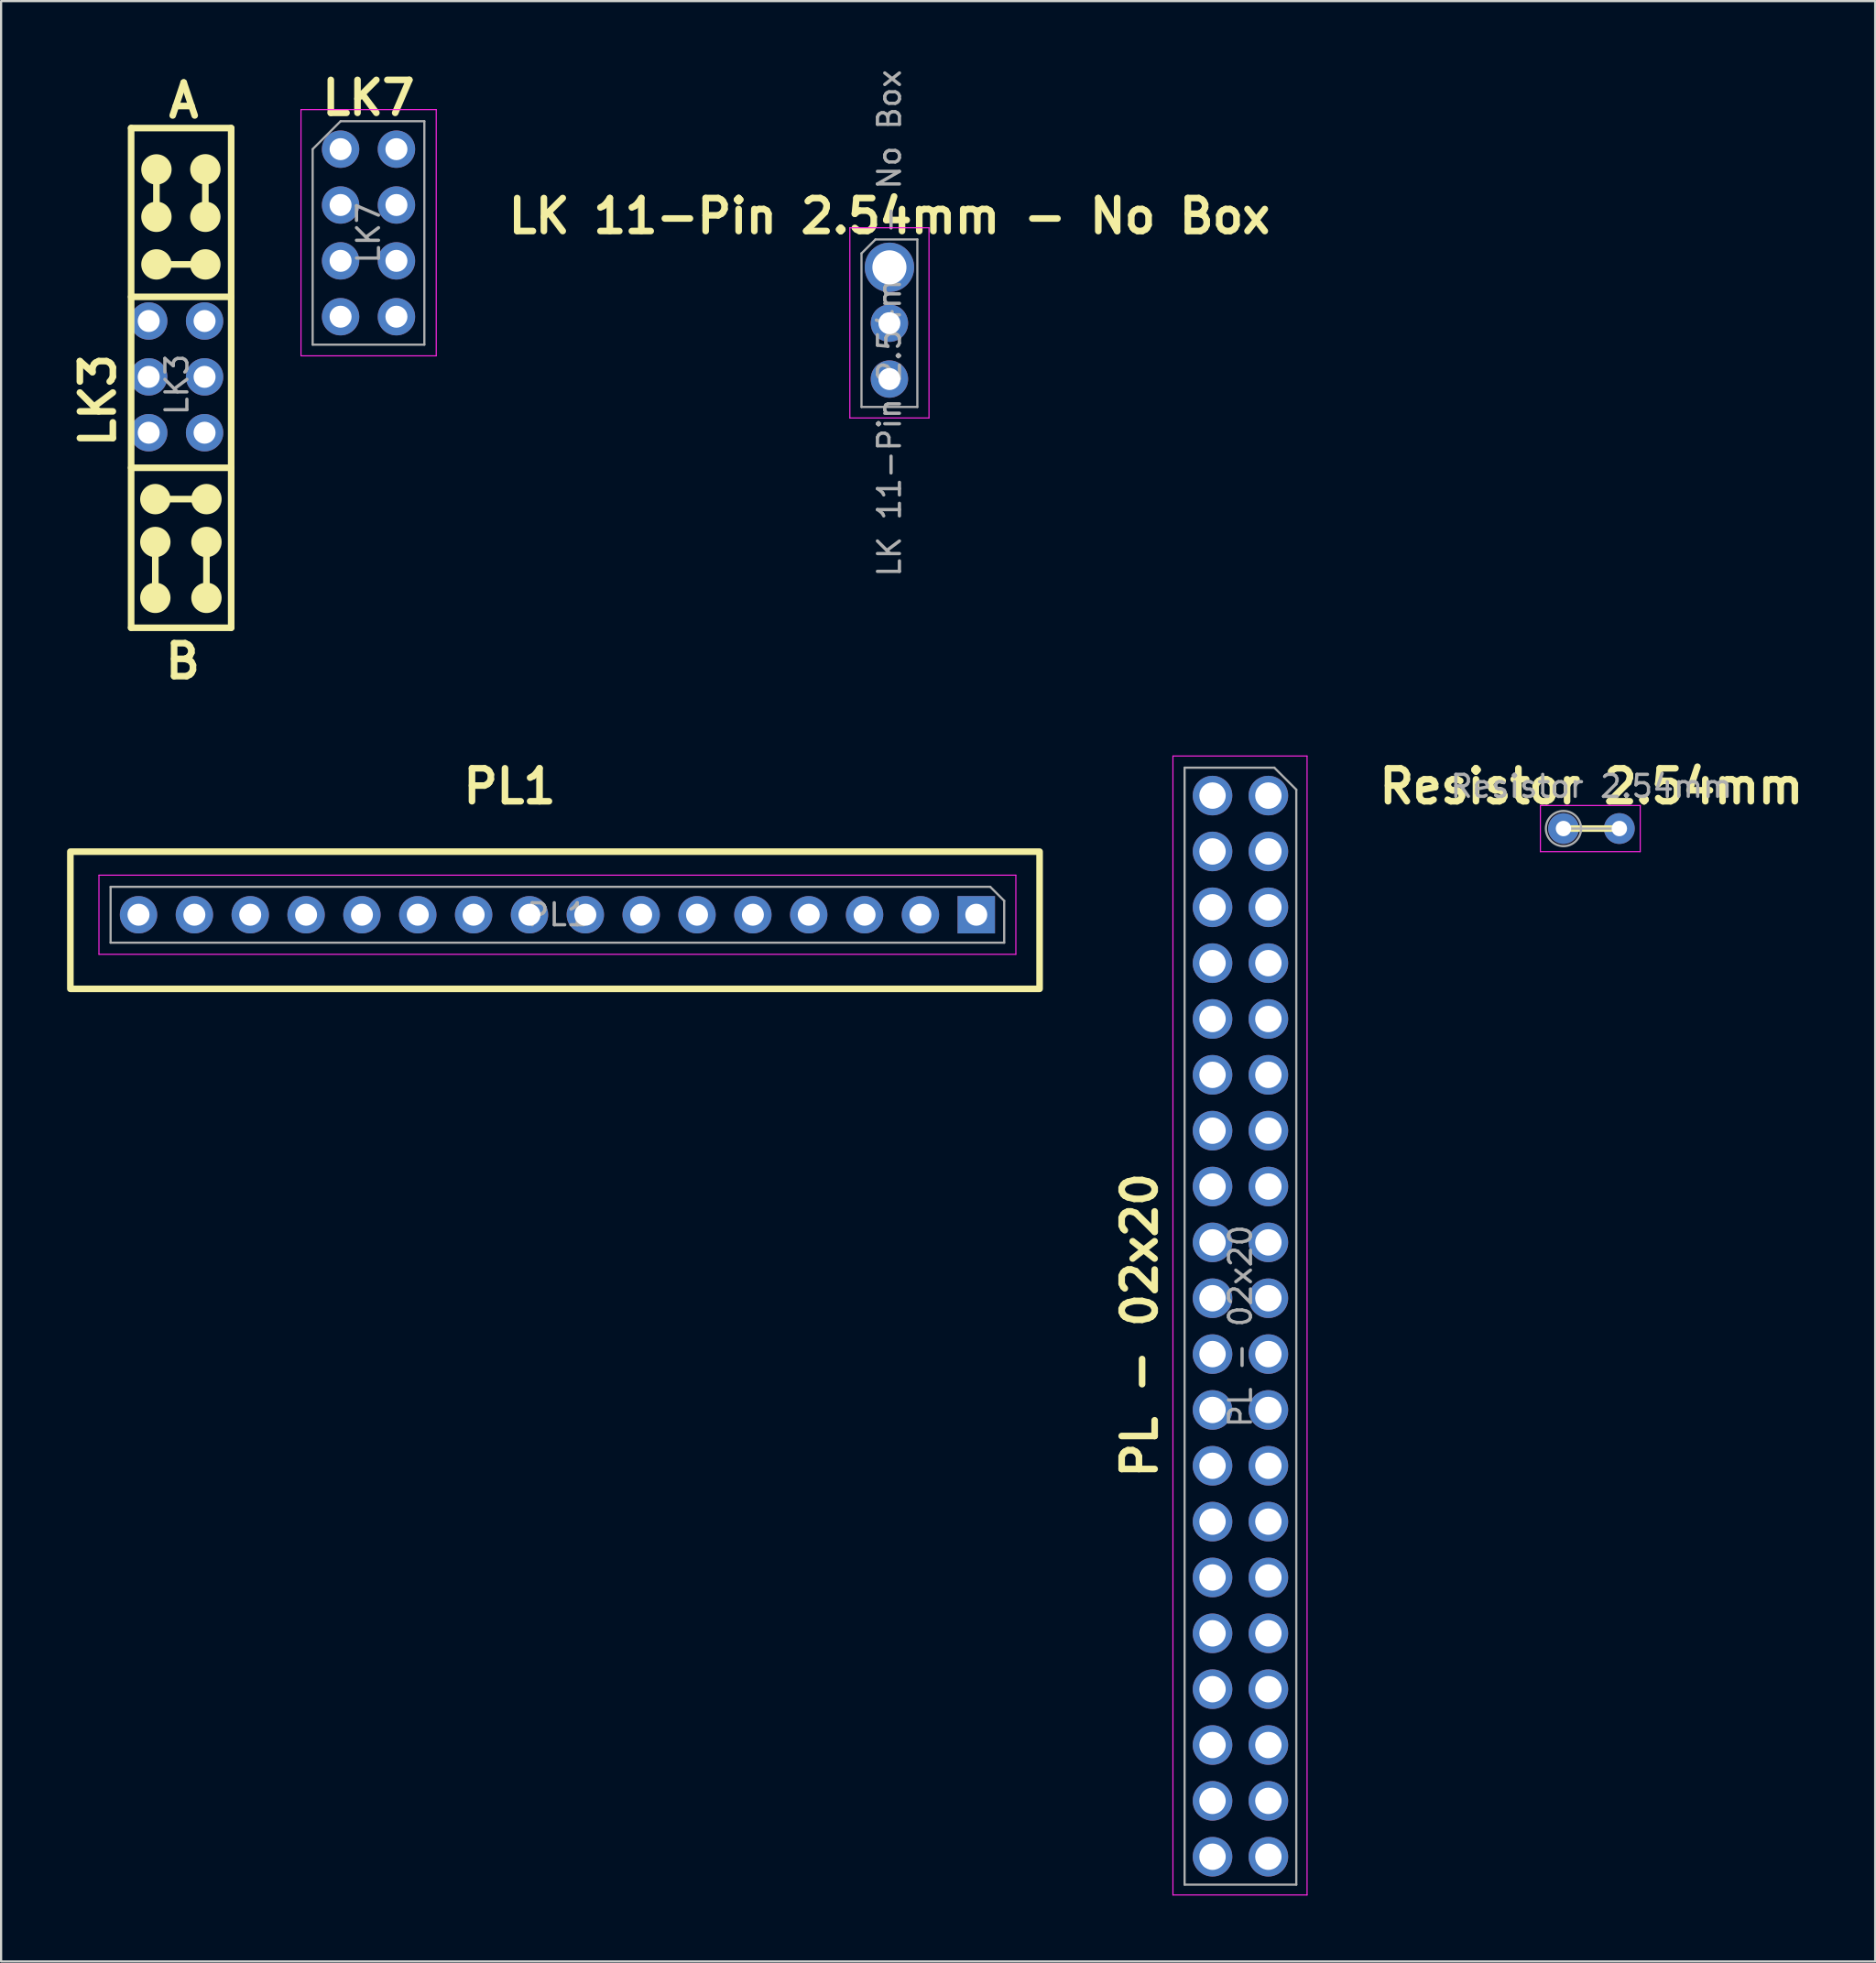
<source format=kicad_pcb>
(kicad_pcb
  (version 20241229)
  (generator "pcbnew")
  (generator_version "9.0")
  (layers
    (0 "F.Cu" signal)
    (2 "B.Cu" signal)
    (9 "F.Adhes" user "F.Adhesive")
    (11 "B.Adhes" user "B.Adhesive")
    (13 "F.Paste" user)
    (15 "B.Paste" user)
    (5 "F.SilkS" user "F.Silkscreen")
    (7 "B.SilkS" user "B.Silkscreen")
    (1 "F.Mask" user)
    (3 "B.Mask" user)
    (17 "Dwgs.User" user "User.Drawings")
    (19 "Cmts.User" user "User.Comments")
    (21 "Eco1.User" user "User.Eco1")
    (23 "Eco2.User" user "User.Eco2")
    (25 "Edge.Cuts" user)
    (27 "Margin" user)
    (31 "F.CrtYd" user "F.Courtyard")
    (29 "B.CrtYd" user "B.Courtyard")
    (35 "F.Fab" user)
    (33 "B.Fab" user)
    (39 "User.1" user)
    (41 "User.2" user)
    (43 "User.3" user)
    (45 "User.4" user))
  (footprint "LK 11-Pin 2.54mm - No Box"
    (layer "F.Cu")
    (at 37.4 9.109)
    (property "Reference" "LK 11-Pin 2.54mm - No Box" (at 0 -2.33 0) (layer "F.SilkS") (effects (font (size 1.5 1.5) (thickness 0.3) (bold yes))))
    (attr through_hole)
    (fp_line (start -1.8 -1.8) (end -1.8 6.85) (stroke (width 0.05) (type solid)) (layer "F.CrtYd"))
    (fp_line (start -1.8 6.85) (end 1.8 6.85) (stroke (width 0.05) (type solid)) (layer "F.CrtYd"))
    (fp_line (start 1.8 -1.8) (end -1.8 -1.8) (stroke (width 0.05) (type solid)) (layer "F.CrtYd"))
    (fp_line (start 1.8 6.85) (end 1.8 -1.8) (stroke (width 0.05) (type solid)) (layer "F.CrtYd"))
    (fp_line (start -1.27 -0.635) (end -0.635 -1.27) (stroke (width 0.1) (type solid)) (layer "F.Fab"))
    (fp_line (start -1.27 6.35) (end -1.27 -0.635) (stroke (width 0.1) (type solid)) (layer "F.Fab"))
    (fp_line (start -0.635 -1.27) (end 1.27 -1.27) (stroke (width 0.1) (type solid)) (layer "F.Fab"))
    (fp_line (start 1.27 -1.27) (end 1.27 6.35) (stroke (width 0.1) (type solid)) (layer "F.Fab"))
    (fp_line (start 1.27 6.35) (end -1.27 6.35) (stroke (width 0.1) (type solid)) (layer "F.Fab"))
    (fp_text user "${REFERENCE}" (at 0 2.54 90) (layer "F.Fab") (effects (font (size 1 1) (thickness 0.15))))
    (pad "1" thru_hole circle (at 0 0) (size 2.25 2.25) (drill 1.55) (layers "*.Cu" "*.Mask"))
    (pad "2" thru_hole oval (at 0 2.54) (size 1.7 1.7) (drill 1) (layers "*.Cu" "*.Mask"))
    (pad "3" thru_hole oval (at 0 5.08) (size 1.7 1.7) (drill 1) (layers "*.Cu" "*.Mask")))
  (footprint "PL - 02x20"
    (layer "F.Cu")
    (at 54.634 33.133)
    (property "Reference" "PL - 02x20" (at -5.85 24.09 270) (layer "F.SilkS") (effects (font (size 1.5 1.5) (thickness 0.3) (bold yes))))
    (attr through_hole)
    (fp_line (start -4.34 -1.8) (end 1.76 -1.8) (stroke (width 0.05) (type solid)) (layer "F.CrtYd"))
    (fp_line (start -4.34 50) (end -4.34 -1.8) (stroke (width 0.05) (type solid)) (layer "F.CrtYd"))
    (fp_line (start 1.76 -1.8) (end 1.76 50) (stroke (width 0.05) (type solid)) (layer "F.CrtYd"))
    (fp_line (start 1.76 50) (end -4.34 50) (stroke (width 0.05) (type solid)) (layer "F.CrtYd"))
    (fp_line (start -3.81 -1.27) (end 0.27 -1.27) (stroke (width 0.1) (type solid)) (layer "F.Fab"))
    (fp_line (start -3.81 49.53) (end -3.81 -1.27) (stroke (width 0.1) (type solid)) (layer "F.Fab"))
    (fp_line (start 0.27 -1.27) (end 1.27 -0.27) (stroke (width 0.1) (type solid)) (layer "F.Fab"))
    (fp_line (start 1.27 -0.27) (end 1.27 49.53) (stroke (width 0.1) (type solid)) (layer "F.Fab"))
    (fp_line (start 1.27 49.53) (end -3.81 49.53) (stroke (width 0.1) (type solid)) (layer "F.Fab"))
    (fp_text user "${REFERENCE}" (at -1.27 24.13 270) (layer "F.Fab") (effects (font (size 1 1) (thickness 0.15))))
    (pad "1" thru_hole oval (at -2.54 0) (size 1.8 1.8) (drill 1.2) (layers "*.Cu" "*.Mask"))
    (pad "2" thru_hole oval (at 0 0) (size 1.8 1.8) (drill 1.2) (layers "*.Cu" "*.Mask"))
    (pad "3" thru_hole oval (at -2.54 2.54) (size 1.8 1.8) (drill 1.2) (layers "*.Cu" "*.Mask"))
    (pad "4" thru_hole oval (at 0 2.54) (size 1.8 1.8) (drill 1.2) (layers "*.Cu" "*.Mask"))
    (pad "5" thru_hole oval (at -2.54 5.08) (size 1.8 1.8) (drill 1.2) (layers "*.Cu" "*.Mask"))
    (pad "6" thru_hole oval (at 0 5.08) (size 1.8 1.8) (drill 1.2) (layers "*.Cu" "*.Mask"))
    (pad "7" thru_hole oval (at -2.54 7.62) (size 1.8 1.8) (drill 1.2) (layers "*.Cu" "*.Mask"))
    (pad "8" thru_hole oval (at 0 7.62) (size 1.8 1.8) (drill 1.2) (layers "*.Cu" "*.Mask"))
    (pad "9" thru_hole oval (at -2.54 10.16) (size 1.8 1.8) (drill 1.2) (layers "*.Cu" "*.Mask"))
    (pad "10" thru_hole oval (at 0 10.16) (size 1.8 1.8) (drill 1.2) (layers "*.Cu" "*.Mask"))
    (pad "11" thru_hole oval (at -2.54 12.7) (size 1.8 1.8) (drill 1.2) (layers "*.Cu" "*.Mask"))
    (pad "12" thru_hole oval (at 0 12.7) (size 1.8 1.8) (drill 1.2) (layers "*.Cu" "*.Mask"))
    (pad "13" thru_hole oval (at -2.54 15.24) (size 1.8 1.8) (drill 1.2) (layers "*.Cu" "*.Mask"))
    (pad "14" thru_hole oval (at 0 15.24) (size 1.8 1.8) (drill 1.2) (layers "*.Cu" "*.Mask"))
    (pad "15" thru_hole oval (at -2.54 17.78) (size 1.8 1.8) (drill 1.2) (layers "*.Cu" "*.Mask"))
    (pad "16" thru_hole oval (at 0 17.78) (size 1.8 1.8) (drill 1.2) (layers "*.Cu" "*.Mask"))
    (pad "17" thru_hole oval (at -2.54 20.32) (size 1.8 1.8) (drill 1.2) (layers "*.Cu" "*.Mask"))
    (pad "18" thru_hole oval (at 0 20.32) (size 1.8 1.8) (drill 1.2) (layers "*.Cu" "*.Mask"))
    (pad "19" thru_hole oval (at -2.54 22.86) (size 1.8 1.8) (drill 1.2) (layers "*.Cu" "*.Mask"))
    (pad "20" thru_hole oval (at 0 22.86) (size 1.8 1.8) (drill 1.2) (layers "*.Cu" "*.Mask"))
    (pad "21" thru_hole oval (at -2.54 25.4) (size 1.8 1.8) (drill 1.2) (layers "*.Cu" "*.Mask"))
    (pad "22" thru_hole oval (at 0 25.4) (size 1.8 1.8) (drill 1.2) (layers "*.Cu" "*.Mask"))
    (pad "23" thru_hole oval (at -2.54 27.94) (size 1.8 1.8) (drill 1.2) (layers "*.Cu" "*.Mask"))
    (pad "24" thru_hole oval (at 0 27.94) (size 1.8 1.8) (drill 1.2) (layers "*.Cu" "*.Mask"))
    (pad "25" thru_hole oval (at -2.54 30.48) (size 1.8 1.8) (drill 1.2) (layers "*.Cu" "*.Mask"))
    (pad "26" thru_hole oval (at 0 30.48) (size 1.8 1.8) (drill 1.2) (layers "*.Cu" "*.Mask"))
    (pad "27" thru_hole oval (at -2.54 33.02) (size 1.8 1.8) (drill 1.2) (layers "*.Cu" "*.Mask"))
    (pad "28" thru_hole oval (at 0 33.02) (size 1.8 1.8) (drill 1.2) (layers "*.Cu" "*.Mask"))
    (pad "29" thru_hole oval (at -2.54 35.56) (size 1.8 1.8) (drill 1.2) (layers "*.Cu" "*.Mask"))
    (pad "30" thru_hole oval (at 0 35.56) (size 1.8 1.8) (drill 1.2) (layers "*.Cu" "*.Mask"))
    (pad "31" thru_hole oval (at -2.54 38.1) (size 1.8 1.8) (drill 1.2) (layers "*.Cu" "*.Mask"))
    (pad "32" thru_hole oval (at 0 38.1) (size 1.8 1.8) (drill 1.2) (layers "*.Cu" "*.Mask"))
    (pad "33" thru_hole oval (at -2.54 40.64) (size 1.8 1.8) (drill 1.2) (layers "*.Cu" "*.Mask"))
    (pad "34" thru_hole oval (at 0 40.64) (size 1.8 1.8) (drill 1.2) (layers "*.Cu" "*.Mask"))
    (pad "35" thru_hole oval (at -2.54 43.18) (size 1.8 1.8) (drill 1.2) (layers "*.Cu" "*.Mask"))
    (pad "36" thru_hole oval (at 0 43.18) (size 1.8 1.8) (drill 1.2) (layers "*.Cu" "*.Mask"))
    (pad "37" thru_hole oval (at -2.54 45.72) (size 1.8 1.8) (drill 1.2) (layers "*.Cu" "*.Mask"))
    (pad "38" thru_hole oval (at 0 45.72) (size 1.8 1.8) (drill 1.2) (layers "*.Cu" "*.Mask"))
    (pad "39" thru_hole oval (at -2.54 48.26) (size 1.8 1.8) (drill 1.2) (layers "*.Cu" "*.Mask"))
    (pad "40" thru_hole oval (at 0 48.26) (size 1.8 1.8) (drill 1.2) (layers "*.Cu" "*.Mask")))
  (footprint "LK3"
    (layer "F.Cu")
    (at 3.714 11.55)
    (property "Reference" "LK3" (at -2.31 1.34 90) (layer "F.SilkS") (effects (font (size 1.5 1.5) (thickness 0.3) (bold yes)) (justify right)))
    (attr through_hole)
    (fp_line (start -0.8 -8.775) (end -0.8 13.95) (stroke (width 0.3) (type solid)) (layer "F.SilkS"))
    (fp_line (start -0.8 -8.775) (end 3.75 -8.775) (stroke (width 0.3) (type solid)) (layer "F.SilkS"))
    (fp_line (start -0.8 -1.1) (end 3.75 -1.1) (stroke (width 0.3) (type solid)) (layer "F.SilkS"))
    (fp_line (start -0.8 6.675) (end 3.75 6.675) (stroke (width 0.3) (type solid)) (layer "F.SilkS"))
    (fp_line (start -0.8 13.95) (end 3.75 13.95) (stroke (width 0.3) (type solid)) (layer "F.SilkS"))
    (fp_line (start 0.035 -2.575) (end 2.575 -2.575) (stroke (width 0.3) (type default)) (layer "F.SilkS"))
    (fp_line (start 0.155 8.1) (end 2.695 8.1) (stroke (width 0.3) (type default)) (layer "F.SilkS"))
    (fp_line (start 0.3 10.045) (end 0.3 12.585) (stroke (width 0.3) (type default)) (layer "F.SilkS"))
    (fp_line (start 0.35 -7.095) (end 0.35 -4.555) (stroke (width 0.3) (type default)) (layer "F.SilkS"))
    (fp_line (start 2.575 -7.195) (end 2.575 -4.655) (stroke (width 0.3) (type default)) (layer "F.SilkS"))
    (fp_line (start 2.625 10.05) (end 2.625 12.59) (stroke (width 0.3) (type default)) (layer "F.SilkS"))
    (fp_line (start 3.75 -8.775) (end 3.75 13.95) (stroke (width 0.3) (type solid)) (layer "F.SilkS"))
    (fp_circle (center 0.3 8.1) (end 0.94 8.1) (stroke (width 0.1) (type solid)) (fill yes) (layer "F.SilkS"))
    (fp_circle (center 0.3 10.05) (end 0.94 10.05) (stroke (width 0.1) (type solid)) (fill yes) (layer "F.SilkS"))
    (fp_circle (center 0.3 12.59) (end 0.94 12.59) (stroke (width 0.1) (type solid)) (fill yes) (layer "F.SilkS"))
    (fp_circle (center 0.35 -6.895) (end 0.99 -6.895) (stroke (width 0.1) (type solid)) (fill yes) (layer "F.SilkS"))
    (fp_circle (center 0.35 -4.74) (end 0.99 -4.74) (stroke (width 0.1) (type solid)) (fill yes) (layer "F.SilkS"))
    (fp_circle (center 0.35 -2.575) (end 0.99 -2.575) (stroke (width 0.1) (type solid)) (fill yes) (layer "F.SilkS"))
    (fp_circle (center 2.575 -6.9) (end 3.215 -6.9) (stroke (width 0.1) (type solid)) (fill yes) (layer "F.SilkS"))
    (fp_circle (center 2.575 -4.74) (end 3.215 -4.74) (stroke (width 0.1) (type solid)) (fill yes) (layer "F.SilkS"))
    (fp_circle (center 2.575 -2.575) (end 3.215 -2.575) (stroke (width 0.1) (type solid)) (fill yes) (layer "F.SilkS"))
    (fp_circle (center 2.625 8.1) (end 3.265 8.1) (stroke (width 0.1) (type solid)) (fill yes) (layer "F.SilkS"))
    (fp_circle (center 2.625 10.05) (end 3.265 10.05) (stroke (width 0.1) (type solid)) (fill yes) (layer "F.SilkS"))
    (fp_circle (center 2.625 12.59) (end 3.265 12.59) (stroke (width 0.1) (type solid)) (fill yes) (layer "F.SilkS"))
    (fp_text user "B" (at 0.6 16.35 0) (unlocked yes) (layer "F.SilkS") (effects (font (size 1.5 1.5) (thickness 0.3) (bold yes)) (justify left bottom)))
    (fp_text user "A" (at 0.75 -9.15 0) (unlocked yes) (layer "F.SilkS") (effects (font (size 1.5 1.5) (thickness 0.3) (bold yes)) (justify left bottom)))
    (fp_text user "${REFERENCE}" (at 1.28 2.89 90) (layer "F.Fab") (effects (font (size 1 1) (thickness 0.15))))
    (pad "1" thru_hole circle (at 0 0) (size 1.7 1.7) (drill 1) (layers "*.Cu" "*.Mask"))
    (pad "2" thru_hole oval (at 0 2.54) (size 1.7 1.7) (drill 1) (layers "*.Cu" "*.Mask"))
    (pad "3" thru_hole oval (at 0 5.08) (size 1.7 1.7) (drill 1) (layers "*.Cu" "*.Mask"))
    (pad "4" thru_hole oval (at 2.54 0) (size 1.7 1.7) (drill 1) (layers "*.Cu" "*.Mask"))
    (pad "5" thru_hole oval (at 2.54 2.54) (size 1.7 1.7) (drill 1) (layers "*.Cu" "*.Mask"))
    (pad "6" thru_hole oval (at 2.54 5.08) (size 1.7 1.7) (drill 1) (layers "*.Cu" "*.Mask")))
  (footprint "PL1"
    (layer "F.Cu")
    (at 41.39 38.472)
    (property "Reference" "PL1" (at -21.26 -5.76 0) (layer "F.SilkS") (effects (font (size 1.5 1.5) (thickness 0.3) (bold yes))))
    (attr through_hole)
    (fp_rect (start -41.24 -2.79) (end 2.84 3.45) (stroke (width 0.3) (type default)) (fill no) (layer "F.SilkS"))
    (fp_line (start -39.94 -1.72) (end -39.94 1.88) (stroke (width 0.05) (type solid)) (layer "F.CrtYd"))
    (fp_line (start -39.94 1.88) (end 1.76 1.88) (stroke (width 0.05) (type solid)) (layer "F.CrtYd"))
    (fp_line (start 1.76 -1.72) (end -39.94 -1.72) (stroke (width 0.05) (type solid)) (layer "F.CrtYd"))
    (fp_line (start 1.76 1.88) (end 1.76 -1.72) (stroke (width 0.05) (type solid)) (layer "F.CrtYd"))
    (fp_line (start -39.41 -1.19) (end 0.595 -1.19) (stroke (width 0.1) (type solid)) (layer "F.Fab"))
    (fp_line (start -39.41 1.35) (end -39.41 -1.19) (stroke (width 0.1) (type solid)) (layer "F.Fab"))
    (fp_line (start 0.595 -1.19) (end 1.23 -0.555) (stroke (width 0.1) (type solid)) (layer "F.Fab"))
    (fp_line (start 1.23 -0.555) (end 1.23 1.35) (stroke (width 0.1) (type solid)) (layer "F.Fab"))
    (fp_line (start 1.23 1.35) (end -39.41 1.35) (stroke (width 0.1) (type solid)) (layer "F.Fab"))
    (fp_text user "${REFERENCE}" (at -19.09 0.08 0) (layer "F.Fab") (effects (font (size 1 1) (thickness 0.15))))
    (pad "1" thru_hole rect (at -0.04 0.08 270) (size 1.7 1.7) (drill 1) (layers "*.Cu" "*.Mask"))
    (pad "2" thru_hole oval (at -2.58 0.08 270) (size 1.7 1.7) (drill 1) (layers "*.Cu" "*.Mask"))
    (pad "3" thru_hole oval (at -5.12 0.08 270) (size 1.7 1.7) (drill 1) (layers "*.Cu" "*.Mask"))
    (pad "4" thru_hole oval (at -7.66 0.08 270) (size 1.7 1.7) (drill 1) (layers "*.Cu" "*.Mask"))
    (pad "5" thru_hole oval (at -10.2 0.08 270) (size 1.7 1.7) (drill 1) (layers "*.Cu" "*.Mask"))
    (pad "6" thru_hole oval (at -12.74 0.08 270) (size 1.7 1.7) (drill 1) (layers "*.Cu" "*.Mask"))
    (pad "7" thru_hole oval (at -15.28 0.08 270) (size 1.7 1.7) (drill 1) (layers "*.Cu" "*.Mask"))
    (pad "8" thru_hole oval (at -17.82 0.08 270) (size 1.7 1.7) (drill 1) (layers "*.Cu" "*.Mask"))
    (pad "9" thru_hole oval (at -20.36 0.08 270) (size 1.7 1.7) (drill 1) (layers "*.Cu" "*.Mask"))
    (pad "10" thru_hole oval (at -22.9 0.08 270) (size 1.7 1.7) (drill 1) (layers "*.Cu" "*.Mask"))
    (pad "11" thru_hole oval (at -25.44 0.08 270) (size 1.7 1.7) (drill 1) (layers "*.Cu" "*.Mask"))
    (pad "12" thru_hole oval (at -27.98 0.08 270) (size 1.7 1.7) (drill 1) (layers "*.Cu" "*.Mask"))
    (pad "13" thru_hole oval (at -30.52 0.08 270) (size 1.7 1.7) (drill 1) (layers "*.Cu" "*.Mask"))
    (pad "14" thru_hole oval (at -33.06 0.08 270) (size 1.7 1.7) (drill 1) (layers "*.Cu" "*.Mask"))
    (pad "15" thru_hole oval (at -35.6 0.08 270) (size 1.7 1.7) (drill 1) (layers "*.Cu" "*.Mask"))
    (pad "16" thru_hole oval (at -38.14 0.08 270) (size 1.7 1.7) (drill 1) (layers "*.Cu" "*.Mask")))
  (footprint "LK7"
    (layer "F.Cu")
    (at 12.439 3.734)
    (property "Reference" "LK7" (at 1.27 -2.33 0) (layer "F.SilkS") (effects (font (size 1.5 1.5) (thickness 0.3) (bold yes))))
    (attr through_hole)
    (fp_line (start -1.8 -1.8) (end -1.8 9.4) (stroke (width 0.05) (type solid)) (layer "F.CrtYd"))
    (fp_line (start -1.8 9.4) (end 4.35 9.4) (stroke (width 0.05) (type solid)) (layer "F.CrtYd"))
    (fp_line (start 4.35 -1.8) (end -1.8 -1.8) (stroke (width 0.05) (type solid)) (layer "F.CrtYd"))
    (fp_line (start 4.35 9.4) (end 4.35 -1.8) (stroke (width 0.05) (type solid)) (layer "F.CrtYd"))
    (fp_line (start -1.27 0) (end 0 -1.27) (stroke (width 0.1) (type solid)) (layer "F.Fab"))
    (fp_line (start -1.27 8.89) (end -1.27 0) (stroke (width 0.1) (type solid)) (layer "F.Fab"))
    (fp_line (start 0 -1.27) (end 3.81 -1.27) (stroke (width 0.1) (type solid)) (layer "F.Fab"))
    (fp_line (start 3.81 -1.27) (end 3.81 8.89) (stroke (width 0.1) (type solid)) (layer "F.Fab"))
    (fp_line (start 3.81 8.89) (end -1.27 8.89) (stroke (width 0.1) (type solid)) (layer "F.Fab"))
    (fp_text user "${REFERENCE}" (at 1.27 3.81 90) (layer "F.Fab") (effects (font (size 1 1) (thickness 0.15))))
    (pad "1" thru_hole circle (at 0 0) (size 1.7 1.7) (drill 1) (layers "*.Cu" "*.Mask"))
    (pad "2" thru_hole oval (at 2.54 0) (size 1.7 1.7) (drill 1) (layers "*.Cu" "*.Mask"))
    (pad "3" thru_hole oval (at 0 2.54) (size 1.7 1.7) (drill 1) (layers "*.Cu" "*.Mask"))
    (pad "4" thru_hole oval (at 2.54 2.54) (size 1.7 1.7) (drill 1) (layers "*.Cu" "*.Mask"))
    (pad "5" thru_hole oval (at 0 5.08) (size 1.7 1.7) (drill 1) (layers "*.Cu" "*.Mask"))
    (pad "6" thru_hole oval (at 2.54 5.08) (size 1.7 1.7) (drill 1) (layers "*.Cu" "*.Mask"))
    (pad "7" thru_hole oval (at 0 7.62) (size 1.7 1.7) (drill 1) (layers "*.Cu" "*.Mask"))
    (pad "8" thru_hole oval (at 2.54 7.62) (size 1.7 1.7) (drill 1) (layers "*.Cu" "*.Mask")))
  (footprint "Resistor 2.54mm"
    (layer "F.Cu")
    (at 68.056 34.632)
    (property "Reference" "Resistor 2.54mm" (at 1.27 -1.92 0) (layer "F.SilkS") (effects (font (size 1.5 1.5) (thickness 0.3) (bold yes))))
    (attr through_hole)
    (fp_line (start 0 0) (end 2.54 0) (stroke (width 0.3) (type default)) (layer "F.SilkS"))
    (fp_line (start -1.05 -1.05) (end -1.05 1.05) (stroke (width 0.05) (type solid)) (layer "F.CrtYd"))
    (fp_line (start -1.05 1.05) (end 3.49 1.05) (stroke (width 0.05) (type solid)) (layer "F.CrtYd"))
    (fp_line (start 3.49 -1.05) (end -1.05 -1.05) (stroke (width 0.05) (type solid)) (layer "F.CrtYd"))
    (fp_line (start 3.49 1.05) (end 3.49 -1.05) (stroke (width 0.05) (type solid)) (layer "F.CrtYd"))
    (fp_line (start 0 0) (end 2.54 0) (stroke (width 0.1) (type solid)) (layer "F.Fab"))
    (fp_circle (center 0 0) (end 0.8 0) (stroke (width 0.1) (type solid)) (fill no) (layer "F.Fab"))
    (fp_text user "${REFERENCE}" (at 1.27 -1.92 0) (layer "F.Fab") (effects (font (size 1 1) (thickness 0.15))))
    (pad "1" thru_hole circle (at 0 0) (size 1.4 1.4) (drill 0.7) (layers "*.Cu" "*.Mask"))
    (pad "2" thru_hole oval (at 2.54 0) (size 1.4 1.4) (drill 0.7) (layers "*.Cu" "*.Mask")))
  (gr_rect
    (start -3 -3)
    (end 82.233 86.158)
    (stroke (width 0.1) (type default))
    (fill no)
    (layer "Edge.Cuts")))
</source>
